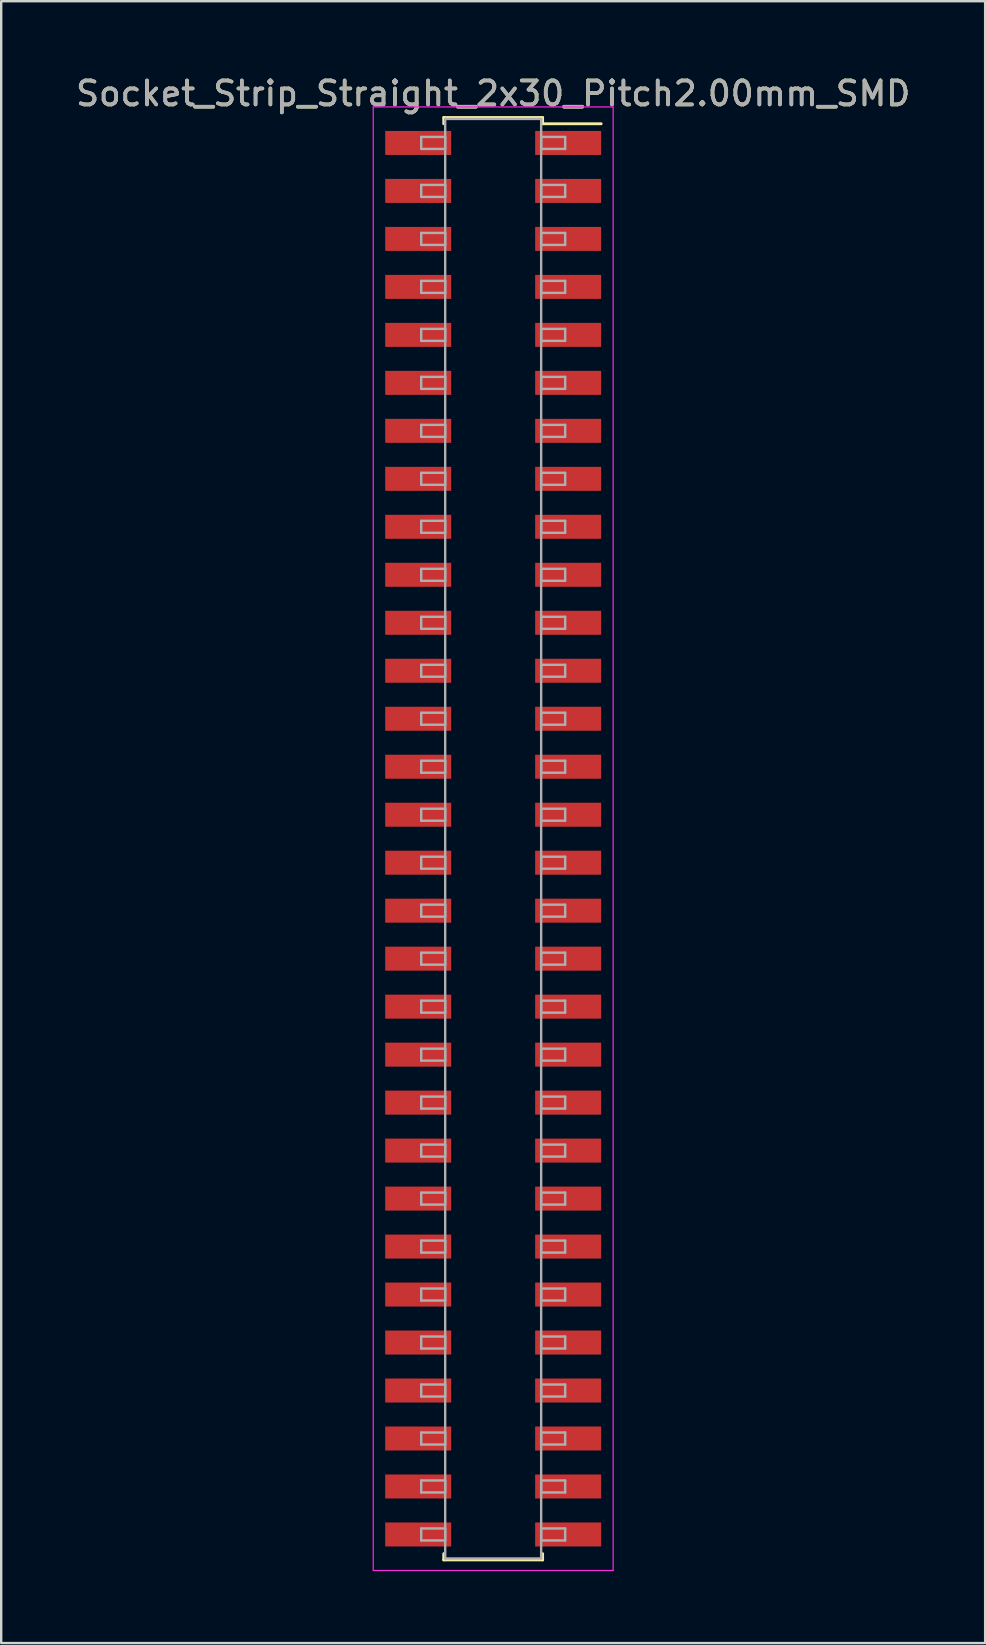
<source format=kicad_pcb>
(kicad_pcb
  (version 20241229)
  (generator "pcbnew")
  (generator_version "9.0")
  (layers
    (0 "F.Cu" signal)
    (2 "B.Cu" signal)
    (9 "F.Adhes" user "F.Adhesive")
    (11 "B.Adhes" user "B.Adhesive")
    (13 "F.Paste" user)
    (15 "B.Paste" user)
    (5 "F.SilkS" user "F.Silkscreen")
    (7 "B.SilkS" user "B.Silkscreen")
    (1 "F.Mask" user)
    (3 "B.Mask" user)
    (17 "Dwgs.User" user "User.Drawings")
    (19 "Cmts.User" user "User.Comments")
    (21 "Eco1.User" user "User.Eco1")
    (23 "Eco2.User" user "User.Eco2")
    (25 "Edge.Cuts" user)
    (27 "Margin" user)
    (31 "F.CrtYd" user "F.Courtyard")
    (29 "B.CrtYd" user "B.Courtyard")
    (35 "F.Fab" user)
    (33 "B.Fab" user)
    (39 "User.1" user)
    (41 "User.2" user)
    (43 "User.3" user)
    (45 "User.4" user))
  (footprint "Socket_Strip_Straight_2x30_Pitch2.00mm_SMD"
    (layer "F.Cu")
    (at 17.506 31.908)
    (property "Reference" "Socket_Strip_Straight_2x30_Pitch2.00mm_SMD" (at 0 -31.06 0) (layer "F.SilkS") (effects (font (size 1 1) (thickness 0.15))))
    (attr smd)
    (fp_line (start -2.06 -30.06) (end 2.06 -30.06) (stroke (width 0.12) (type solid)) (layer "F.SilkS"))
    (fp_line (start -2.06 -29.8) (end -2.06 -30.06) (stroke (width 0.12) (type solid)) (layer "F.SilkS"))
    (fp_line (start -2.06 29.8) (end -2.06 30.06) (stroke (width 0.12) (type solid)) (layer "F.SilkS"))
    (fp_line (start -2.06 30.06) (end 2.06 30.06) (stroke (width 0.12) (type solid)) (layer "F.SilkS"))
    (fp_line (start 2.06 -30.06) (end 2.06 -29.8) (stroke (width 0.12) (type solid)) (layer "F.SilkS"))
    (fp_line (start 2.06 30.06) (end 2.06 29.8) (stroke (width 0.12) (type solid)) (layer "F.SilkS"))
    (fp_line (start 4.5 -29.8) (end 2.06 -29.8) (stroke (width 0.12) (type solid)) (layer "F.SilkS"))
    (fp_line (start -5 -30.5) (end -5 30.5) (stroke (width 0.05) (type solid)) (layer "F.CrtYd"))
    (fp_line (start -5 30.5) (end 5 30.5) (stroke (width 0.05) (type solid)) (layer "F.CrtYd"))
    (fp_line (start 5 -30.5) (end -5 -30.5) (stroke (width 0.05) (type solid)) (layer "F.CrtYd"))
    (fp_line (start 5 30.5) (end 5 -30.5) (stroke (width 0.05) (type solid)) (layer "F.CrtYd"))
    (fp_line (start -3 -29.25) (end -2 -29.25) (stroke (width 0.1) (type solid)) (layer "F.Fab"))
    (fp_line (start -3 -28.75) (end -3 -29.25) (stroke (width 0.1) (type solid)) (layer "F.Fab"))
    (fp_line (start -3 -27.25) (end -2 -27.25) (stroke (width 0.1) (type solid)) (layer "F.Fab"))
    (fp_line (start -3 -26.75) (end -3 -27.25) (stroke (width 0.1) (type solid)) (layer "F.Fab"))
    (fp_line (start -3 -25.25) (end -2 -25.25) (stroke (width 0.1) (type solid)) (layer "F.Fab"))
    (fp_line (start -3 -24.75) (end -3 -25.25) (stroke (width 0.1) (type solid)) (layer "F.Fab"))
    (fp_line (start -3 -23.25) (end -2 -23.25) (stroke (width 0.1) (type solid)) (layer "F.Fab"))
    (fp_line (start -3 -22.75) (end -3 -23.25) (stroke (width 0.1) (type solid)) (layer "F.Fab"))
    (fp_line (start -3 -21.25) (end -2 -21.25) (stroke (width 0.1) (type solid)) (layer "F.Fab"))
    (fp_line (start -3 -20.75) (end -3 -21.25) (stroke (width 0.1) (type solid)) (layer "F.Fab"))
    (fp_line (start -3 -19.25) (end -2 -19.25) (stroke (width 0.1) (type solid)) (layer "F.Fab"))
    (fp_line (start -3 -18.75) (end -3 -19.25) (stroke (width 0.1) (type solid)) (layer "F.Fab"))
    (fp_line (start -3 -17.25) (end -2 -17.25) (stroke (width 0.1) (type solid)) (layer "F.Fab"))
    (fp_line (start -3 -16.75) (end -3 -17.25) (stroke (width 0.1) (type solid)) (layer "F.Fab"))
    (fp_line (start -3 -15.25) (end -2 -15.25) (stroke (width 0.1) (type solid)) (layer "F.Fab"))
    (fp_line (start -3 -14.75) (end -3 -15.25) (stroke (width 0.1) (type solid)) (layer "F.Fab"))
    (fp_line (start -3 -13.25) (end -2 -13.25) (stroke (width 0.1) (type solid)) (layer "F.Fab"))
    (fp_line (start -3 -12.75) (end -3 -13.25) (stroke (width 0.1) (type solid)) (layer "F.Fab"))
    (fp_line (start -3 -11.25) (end -2 -11.25) (stroke (width 0.1) (type solid)) (layer "F.Fab"))
    (fp_line (start -3 -10.75) (end -3 -11.25) (stroke (width 0.1) (type solid)) (layer "F.Fab"))
    (fp_line (start -3 -9.25) (end -2 -9.25) (stroke (width 0.1) (type solid)) (layer "F.Fab"))
    (fp_line (start -3 -8.75) (end -3 -9.25) (stroke (width 0.1) (type solid)) (layer "F.Fab"))
    (fp_line (start -3 -7.25) (end -2 -7.25) (stroke (width 0.1) (type solid)) (layer "F.Fab"))
    (fp_line (start -3 -6.75) (end -3 -7.25) (stroke (width 0.1) (type solid)) (layer "F.Fab"))
    (fp_line (start -3 -5.25) (end -2 -5.25) (stroke (width 0.1) (type solid)) (layer "F.Fab"))
    (fp_line (start -3 -4.75) (end -3 -5.25) (stroke (width 0.1) (type solid)) (layer "F.Fab"))
    (fp_line (start -3 -3.25) (end -2 -3.25) (stroke (width 0.1) (type solid)) (layer "F.Fab"))
    (fp_line (start -3 -2.75) (end -3 -3.25) (stroke (width 0.1) (type solid)) (layer "F.Fab"))
    (fp_line (start -3 -1.25) (end -2 -1.25) (stroke (width 0.1) (type solid)) (layer "F.Fab"))
    (fp_line (start -3 -0.75) (end -3 -1.25) (stroke (width 0.1) (type solid)) (layer "F.Fab"))
    (fp_line (start -3 0.75) (end -2 0.75) (stroke (width 0.1) (type solid)) (layer "F.Fab"))
    (fp_line (start -3 1.25) (end -3 0.75) (stroke (width 0.1) (type solid)) (layer "F.Fab"))
    (fp_line (start -3 2.75) (end -2 2.75) (stroke (width 0.1) (type solid)) (layer "F.Fab"))
    (fp_line (start -3 3.25) (end -3 2.75) (stroke (width 0.1) (type solid)) (layer "F.Fab"))
    (fp_line (start -3 4.75) (end -2 4.75) (stroke (width 0.1) (type solid)) (layer "F.Fab"))
    (fp_line (start -3 5.25) (end -3 4.75) (stroke (width 0.1) (type solid)) (layer "F.Fab"))
    (fp_line (start -3 6.75) (end -2 6.75) (stroke (width 0.1) (type solid)) (layer "F.Fab"))
    (fp_line (start -3 7.25) (end -3 6.75) (stroke (width 0.1) (type solid)) (layer "F.Fab"))
    (fp_line (start -3 8.75) (end -2 8.75) (stroke (width 0.1) (type solid)) (layer "F.Fab"))
    (fp_line (start -3 9.25) (end -3 8.75) (stroke (width 0.1) (type solid)) (layer "F.Fab"))
    (fp_line (start -3 10.75) (end -2 10.75) (stroke (width 0.1) (type solid)) (layer "F.Fab"))
    (fp_line (start -3 11.25) (end -3 10.75) (stroke (width 0.1) (type solid)) (layer "F.Fab"))
    (fp_line (start -3 12.75) (end -2 12.75) (stroke (width 0.1) (type solid)) (layer "F.Fab"))
    (fp_line (start -3 13.25) (end -3 12.75) (stroke (width 0.1) (type solid)) (layer "F.Fab"))
    (fp_line (start -3 14.75) (end -2 14.75) (stroke (width 0.1) (type solid)) (layer "F.Fab"))
    (fp_line (start -3 15.25) (end -3 14.75) (stroke (width 0.1) (type solid)) (layer "F.Fab"))
    (fp_line (start -3 16.75) (end -2 16.75) (stroke (width 0.1) (type solid)) (layer "F.Fab"))
    (fp_line (start -3 17.25) (end -3 16.75) (stroke (width 0.1) (type solid)) (layer "F.Fab"))
    (fp_line (start -3 18.75) (end -2 18.75) (stroke (width 0.1) (type solid)) (layer "F.Fab"))
    (fp_line (start -3 19.25) (end -3 18.75) (stroke (width 0.1) (type solid)) (layer "F.Fab"))
    (fp_line (start -3 20.75) (end -2 20.75) (stroke (width 0.1) (type solid)) (layer "F.Fab"))
    (fp_line (start -3 21.25) (end -3 20.75) (stroke (width 0.1) (type solid)) (layer "F.Fab"))
    (fp_line (start -3 22.75) (end -2 22.75) (stroke (width 0.1) (type solid)) (layer "F.Fab"))
    (fp_line (start -3 23.25) (end -3 22.75) (stroke (width 0.1) (type solid)) (layer "F.Fab"))
    (fp_line (start -3 24.75) (end -2 24.75) (stroke (width 0.1) (type solid)) (layer "F.Fab"))
    (fp_line (start -3 25.25) (end -3 24.75) (stroke (width 0.1) (type solid)) (layer "F.Fab"))
    (fp_line (start -3 26.75) (end -2 26.75) (stroke (width 0.1) (type solid)) (layer "F.Fab"))
    (fp_line (start -3 27.25) (end -3 26.75) (stroke (width 0.1) (type solid)) (layer "F.Fab"))
    (fp_line (start -3 28.75) (end -2 28.75) (stroke (width 0.1) (type solid)) (layer "F.Fab"))
    (fp_line (start -3 29.25) (end -3 28.75) (stroke (width 0.1) (type solid)) (layer "F.Fab"))
    (fp_line (start -2 -30) (end -2 30) (stroke (width 0.1) (type solid)) (layer "F.Fab"))
    (fp_line (start -2 -29.25) (end -2 -28.75) (stroke (width 0.1) (type solid)) (layer "F.Fab"))
    (fp_line (start -2 -28.75) (end -3 -28.75) (stroke (width 0.1) (type solid)) (layer "F.Fab"))
    (fp_line (start -2 -27.25) (end -2 -26.75) (stroke (width 0.1) (type solid)) (layer "F.Fab"))
    (fp_line (start -2 -26.75) (end -3 -26.75) (stroke (width 0.1) (type solid)) (layer "F.Fab"))
    (fp_line (start -2 -25.25) (end -2 -24.75) (stroke (width 0.1) (type solid)) (layer "F.Fab"))
    (fp_line (start -2 -24.75) (end -3 -24.75) (stroke (width 0.1) (type solid)) (layer "F.Fab"))
    (fp_line (start -2 -23.25) (end -2 -22.75) (stroke (width 0.1) (type solid)) (layer "F.Fab"))
    (fp_line (start -2 -22.75) (end -3 -22.75) (stroke (width 0.1) (type solid)) (layer "F.Fab"))
    (fp_line (start -2 -21.25) (end -2 -20.75) (stroke (width 0.1) (type solid)) (layer "F.Fab"))
    (fp_line (start -2 -20.75) (end -3 -20.75) (stroke (width 0.1) (type solid)) (layer "F.Fab"))
    (fp_line (start -2 -19.25) (end -2 -18.75) (stroke (width 0.1) (type solid)) (layer "F.Fab"))
    (fp_line (start -2 -18.75) (end -3 -18.75) (stroke (width 0.1) (type solid)) (layer "F.Fab"))
    (fp_line (start -2 -17.25) (end -2 -16.75) (stroke (width 0.1) (type solid)) (layer "F.Fab"))
    (fp_line (start -2 -16.75) (end -3 -16.75) (stroke (width 0.1) (type solid)) (layer "F.Fab"))
    (fp_line (start -2 -15.25) (end -2 -14.75) (stroke (width 0.1) (type solid)) (layer "F.Fab"))
    (fp_line (start -2 -14.75) (end -3 -14.75) (stroke (width 0.1) (type solid)) (layer "F.Fab"))
    (fp_line (start -2 -13.25) (end -2 -12.75) (stroke (width 0.1) (type solid)) (layer "F.Fab"))
    (fp_line (start -2 -12.75) (end -3 -12.75) (stroke (width 0.1) (type solid)) (layer "F.Fab"))
    (fp_line (start -2 -11.25) (end -2 -10.75) (stroke (width 0.1) (type solid)) (layer "F.Fab"))
    (fp_line (start -2 -10.75) (end -3 -10.75) (stroke (width 0.1) (type solid)) (layer "F.Fab"))
    (fp_line (start -2 -9.25) (end -2 -8.75) (stroke (width 0.1) (type solid)) (layer "F.Fab"))
    (fp_line (start -2 -8.75) (end -3 -8.75) (stroke (width 0.1) (type solid)) (layer "F.Fab"))
    (fp_line (start -2 -7.25) (end -2 -6.75) (stroke (width 0.1) (type solid)) (layer "F.Fab"))
    (fp_line (start -2 -6.75) (end -3 -6.75) (stroke (width 0.1) (type solid)) (layer "F.Fab"))
    (fp_line (start -2 -5.25) (end -2 -4.75) (stroke (width 0.1) (type solid)) (layer "F.Fab"))
    (fp_line (start -2 -4.75) (end -3 -4.75) (stroke (width 0.1) (type solid)) (layer "F.Fab"))
    (fp_line (start -2 -3.25) (end -2 -2.75) (stroke (width 0.1) (type solid)) (layer "F.Fab"))
    (fp_line (start -2 -2.75) (end -3 -2.75) (stroke (width 0.1) (type solid)) (layer "F.Fab"))
    (fp_line (start -2 -1.25) (end -2 -0.75) (stroke (width 0.1) (type solid)) (layer "F.Fab"))
    (fp_line (start -2 -0.75) (end -3 -0.75) (stroke (width 0.1) (type solid)) (layer "F.Fab"))
    (fp_line (start -2 0.75) (end -2 1.25) (stroke (width 0.1) (type solid)) (layer "F.Fab"))
    (fp_line (start -2 1.25) (end -3 1.25) (stroke (width 0.1) (type solid)) (layer "F.Fab"))
    (fp_line (start -2 2.75) (end -2 3.25) (stroke (width 0.1) (type solid)) (layer "F.Fab"))
    (fp_line (start -2 3.25) (end -3 3.25) (stroke (width 0.1) (type solid)) (layer "F.Fab"))
    (fp_line (start -2 4.75) (end -2 5.25) (stroke (width 0.1) (type solid)) (layer "F.Fab"))
    (fp_line (start -2 5.25) (end -3 5.25) (stroke (width 0.1) (type solid)) (layer "F.Fab"))
    (fp_line (start -2 6.75) (end -2 7.25) (stroke (width 0.1) (type solid)) (layer "F.Fab"))
    (fp_line (start -2 7.25) (end -3 7.25) (stroke (width 0.1) (type solid)) (layer "F.Fab"))
    (fp_line (start -2 8.75) (end -2 9.25) (stroke (width 0.1) (type solid)) (layer "F.Fab"))
    (fp_line (start -2 9.25) (end -3 9.25) (stroke (width 0.1) (type solid)) (layer "F.Fab"))
    (fp_line (start -2 10.75) (end -2 11.25) (stroke (width 0.1) (type solid)) (layer "F.Fab"))
    (fp_line (start -2 11.25) (end -3 11.25) (stroke (width 0.1) (type solid)) (layer "F.Fab"))
    (fp_line (start -2 12.75) (end -2 13.25) (stroke (width 0.1) (type solid)) (layer "F.Fab"))
    (fp_line (start -2 13.25) (end -3 13.25) (stroke (width 0.1) (type solid)) (layer "F.Fab"))
    (fp_line (start -2 14.75) (end -2 15.25) (stroke (width 0.1) (type solid)) (layer "F.Fab"))
    (fp_line (start -2 15.25) (end -3 15.25) (stroke (width 0.1) (type solid)) (layer "F.Fab"))
    (fp_line (start -2 16.75) (end -2 17.25) (stroke (width 0.1) (type solid)) (layer "F.Fab"))
    (fp_line (start -2 17.25) (end -3 17.25) (stroke (width 0.1) (type solid)) (layer "F.Fab"))
    (fp_line (start -2 18.75) (end -2 19.25) (stroke (width 0.1) (type solid)) (layer "F.Fab"))
    (fp_line (start -2 19.25) (end -3 19.25) (stroke (width 0.1) (type solid)) (layer "F.Fab"))
    (fp_line (start -2 20.75) (end -2 21.25) (stroke (width 0.1) (type solid)) (layer "F.Fab"))
    (fp_line (start -2 21.25) (end -3 21.25) (stroke (width 0.1) (type solid)) (layer "F.Fab"))
    (fp_line (start -2 22.75) (end -2 23.25) (stroke (width 0.1) (type solid)) (layer "F.Fab"))
    (fp_line (start -2 23.25) (end -3 23.25) (stroke (width 0.1) (type solid)) (layer "F.Fab"))
    (fp_line (start -2 24.75) (end -2 25.25) (stroke (width 0.1) (type solid)) (layer "F.Fab"))
    (fp_line (start -2 25.25) (end -3 25.25) (stroke (width 0.1) (type solid)) (layer "F.Fab"))
    (fp_line (start -2 26.75) (end -2 27.25) (stroke (width 0.1) (type solid)) (layer "F.Fab"))
    (fp_line (start -2 27.25) (end -3 27.25) (stroke (width 0.1) (type solid)) (layer "F.Fab"))
    (fp_line (start -2 28.75) (end -2 29.25) (stroke (width 0.1) (type solid)) (layer "F.Fab"))
    (fp_line (start -2 29.25) (end -3 29.25) (stroke (width 0.1) (type solid)) (layer "F.Fab"))
    (fp_line (start -2 30) (end 2 30) (stroke (width 0.1) (type solid)) (layer "F.Fab"))
    (fp_line (start 2 -30) (end -2 -30) (stroke (width 0.1) (type solid)) (layer "F.Fab"))
    (fp_line (start 2 -29.25) (end 2 -28.75) (stroke (width 0.1) (type solid)) (layer "F.Fab"))
    (fp_line (start 2 -28.75) (end 3 -28.75) (stroke (width 0.1) (type solid)) (layer "F.Fab"))
    (fp_line (start 2 -27.25) (end 2 -26.75) (stroke (width 0.1) (type solid)) (layer "F.Fab"))
    (fp_line (start 2 -26.75) (end 3 -26.75) (stroke (width 0.1) (type solid)) (layer "F.Fab"))
    (fp_line (start 2 -25.25) (end 2 -24.75) (stroke (width 0.1) (type solid)) (layer "F.Fab"))
    (fp_line (start 2 -24.75) (end 3 -24.75) (stroke (width 0.1) (type solid)) (layer "F.Fab"))
    (fp_line (start 2 -23.25) (end 2 -22.75) (stroke (width 0.1) (type solid)) (layer "F.Fab"))
    (fp_line (start 2 -22.75) (end 3 -22.75) (stroke (width 0.1) (type solid)) (layer "F.Fab"))
    (fp_line (start 2 -21.25) (end 2 -20.75) (stroke (width 0.1) (type solid)) (layer "F.Fab"))
    (fp_line (start 2 -20.75) (end 3 -20.75) (stroke (width 0.1) (type solid)) (layer "F.Fab"))
    (fp_line (start 2 -19.25) (end 2 -18.75) (stroke (width 0.1) (type solid)) (layer "F.Fab"))
    (fp_line (start 2 -18.75) (end 3 -18.75) (stroke (width 0.1) (type solid)) (layer "F.Fab"))
    (fp_line (start 2 -17.25) (end 2 -16.75) (stroke (width 0.1) (type solid)) (layer "F.Fab"))
    (fp_line (start 2 -16.75) (end 3 -16.75) (stroke (width 0.1) (type solid)) (layer "F.Fab"))
    (fp_line (start 2 -15.25) (end 2 -14.75) (stroke (width 0.1) (type solid)) (layer "F.Fab"))
    (fp_line (start 2 -14.75) (end 3 -14.75) (stroke (width 0.1) (type solid)) (layer "F.Fab"))
    (fp_line (start 2 -13.25) (end 2 -12.75) (stroke (width 0.1) (type solid)) (layer "F.Fab"))
    (fp_line (start 2 -12.75) (end 3 -12.75) (stroke (width 0.1) (type solid)) (layer "F.Fab"))
    (fp_line (start 2 -11.25) (end 2 -10.75) (stroke (width 0.1) (type solid)) (layer "F.Fab"))
    (fp_line (start 2 -10.75) (end 3 -10.75) (stroke (width 0.1) (type solid)) (layer "F.Fab"))
    (fp_line (start 2 -9.25) (end 2 -8.75) (stroke (width 0.1) (type solid)) (layer "F.Fab"))
    (fp_line (start 2 -8.75) (end 3 -8.75) (stroke (width 0.1) (type solid)) (layer "F.Fab"))
    (fp_line (start 2 -7.25) (end 2 -6.75) (stroke (width 0.1) (type solid)) (layer "F.Fab"))
    (fp_line (start 2 -6.75) (end 3 -6.75) (stroke (width 0.1) (type solid)) (layer "F.Fab"))
    (fp_line (start 2 -5.25) (end 2 -4.75) (stroke (width 0.1) (type solid)) (layer "F.Fab"))
    (fp_line (start 2 -4.75) (end 3 -4.75) (stroke (width 0.1) (type solid)) (layer "F.Fab"))
    (fp_line (start 2 -3.25) (end 2 -2.75) (stroke (width 0.1) (type solid)) (layer "F.Fab"))
    (fp_line (start 2 -2.75) (end 3 -2.75) (stroke (width 0.1) (type solid)) (layer "F.Fab"))
    (fp_line (start 2 -1.25) (end 2 -0.75) (stroke (width 0.1) (type solid)) (layer "F.Fab"))
    (fp_line (start 2 -0.75) (end 3 -0.75) (stroke (width 0.1) (type solid)) (layer "F.Fab"))
    (fp_line (start 2 0.75) (end 2 1.25) (stroke (width 0.1) (type solid)) (layer "F.Fab"))
    (fp_line (start 2 1.25) (end 3 1.25) (stroke (width 0.1) (type solid)) (layer "F.Fab"))
    (fp_line (start 2 2.75) (end 2 3.25) (stroke (width 0.1) (type solid)) (layer "F.Fab"))
    (fp_line (start 2 3.25) (end 3 3.25) (stroke (width 0.1) (type solid)) (layer "F.Fab"))
    (fp_line (start 2 4.75) (end 2 5.25) (stroke (width 0.1) (type solid)) (layer "F.Fab"))
    (fp_line (start 2 5.25) (end 3 5.25) (stroke (width 0.1) (type solid)) (layer "F.Fab"))
    (fp_line (start 2 6.75) (end 2 7.25) (stroke (width 0.1) (type solid)) (layer "F.Fab"))
    (fp_line (start 2 7.25) (end 3 7.25) (stroke (width 0.1) (type solid)) (layer "F.Fab"))
    (fp_line (start 2 8.75) (end 2 9.25) (stroke (width 0.1) (type solid)) (layer "F.Fab"))
    (fp_line (start 2 9.25) (end 3 9.25) (stroke (width 0.1) (type solid)) (layer "F.Fab"))
    (fp_line (start 2 10.75) (end 2 11.25) (stroke (width 0.1) (type solid)) (layer "F.Fab"))
    (fp_line (start 2 11.25) (end 3 11.25) (stroke (width 0.1) (type solid)) (layer "F.Fab"))
    (fp_line (start 2 12.75) (end 2 13.25) (stroke (width 0.1) (type solid)) (layer "F.Fab"))
    (fp_line (start 2 13.25) (end 3 13.25) (stroke (width 0.1) (type solid)) (layer "F.Fab"))
    (fp_line (start 2 14.75) (end 2 15.25) (stroke (width 0.1) (type solid)) (layer "F.Fab"))
    (fp_line (start 2 15.25) (end 3 15.25) (stroke (width 0.1) (type solid)) (layer "F.Fab"))
    (fp_line (start 2 16.75) (end 2 17.25) (stroke (width 0.1) (type solid)) (layer "F.Fab"))
    (fp_line (start 2 17.25) (end 3 17.25) (stroke (width 0.1) (type solid)) (layer "F.Fab"))
    (fp_line (start 2 18.75) (end 2 19.25) (stroke (width 0.1) (type solid)) (layer "F.Fab"))
    (fp_line (start 2 19.25) (end 3 19.25) (stroke (width 0.1) (type solid)) (layer "F.Fab"))
    (fp_line (start 2 20.75) (end 2 21.25) (stroke (width 0.1) (type solid)) (layer "F.Fab"))
    (fp_line (start 2 21.25) (end 3 21.25) (stroke (width 0.1) (type solid)) (layer "F.Fab"))
    (fp_line (start 2 22.75) (end 2 23.25) (stroke (width 0.1) (type solid)) (layer "F.Fab"))
    (fp_line (start 2 23.25) (end 3 23.25) (stroke (width 0.1) (type solid)) (layer "F.Fab"))
    (fp_line (start 2 24.75) (end 2 25.25) (stroke (width 0.1) (type solid)) (layer "F.Fab"))
    (fp_line (start 2 25.25) (end 3 25.25) (stroke (width 0.1) (type solid)) (layer "F.Fab"))
    (fp_line (start 2 26.75) (end 2 27.25) (stroke (width 0.1) (type solid)) (layer "F.Fab"))
    (fp_line (start 2 27.25) (end 3 27.25) (stroke (width 0.1) (type solid)) (layer "F.Fab"))
    (fp_line (start 2 28.75) (end 2 29.25) (stroke (width 0.1) (type solid)) (layer "F.Fab"))
    (fp_line (start 2 29.25) (end 3 29.25) (stroke (width 0.1) (type solid)) (layer "F.Fab"))
    (fp_line (start 2 30) (end 2 -30) (stroke (width 0.1) (type solid)) (layer "F.Fab"))
    (fp_line (start 3 -29.25) (end 2 -29.25) (stroke (width 0.1) (type solid)) (layer "F.Fab"))
    (fp_line (start 3 -28.75) (end 3 -29.25) (stroke (width 0.1) (type solid)) (layer "F.Fab"))
    (fp_line (start 3 -27.25) (end 2 -27.25) (stroke (width 0.1) (type solid)) (layer "F.Fab"))
    (fp_line (start 3 -26.75) (end 3 -27.25) (stroke (width 0.1) (type solid)) (layer "F.Fab"))
    (fp_line (start 3 -25.25) (end 2 -25.25) (stroke (width 0.1) (type solid)) (layer "F.Fab"))
    (fp_line (start 3 -24.75) (end 3 -25.25) (stroke (width 0.1) (type solid)) (layer "F.Fab"))
    (fp_line (start 3 -23.25) (end 2 -23.25) (stroke (width 0.1) (type solid)) (layer "F.Fab"))
    (fp_line (start 3 -22.75) (end 3 -23.25) (stroke (width 0.1) (type solid)) (layer "F.Fab"))
    (fp_line (start 3 -21.25) (end 2 -21.25) (stroke (width 0.1) (type solid)) (layer "F.Fab"))
    (fp_line (start 3 -20.75) (end 3 -21.25) (stroke (width 0.1) (type solid)) (layer "F.Fab"))
    (fp_line (start 3 -19.25) (end 2 -19.25) (stroke (width 0.1) (type solid)) (layer "F.Fab"))
    (fp_line (start 3 -18.75) (end 3 -19.25) (stroke (width 0.1) (type solid)) (layer "F.Fab"))
    (fp_line (start 3 -17.25) (end 2 -17.25) (stroke (width 0.1) (type solid)) (layer "F.Fab"))
    (fp_line (start 3 -16.75) (end 3 -17.25) (stroke (width 0.1) (type solid)) (layer "F.Fab"))
    (fp_line (start 3 -15.25) (end 2 -15.25) (stroke (width 0.1) (type solid)) (layer "F.Fab"))
    (fp_line (start 3 -14.75) (end 3 -15.25) (stroke (width 0.1) (type solid)) (layer "F.Fab"))
    (fp_line (start 3 -13.25) (end 2 -13.25) (stroke (width 0.1) (type solid)) (layer "F.Fab"))
    (fp_line (start 3 -12.75) (end 3 -13.25) (stroke (width 0.1) (type solid)) (layer "F.Fab"))
    (fp_line (start 3 -11.25) (end 2 -11.25) (stroke (width 0.1) (type solid)) (layer "F.Fab"))
    (fp_line (start 3 -10.75) (end 3 -11.25) (stroke (width 0.1) (type solid)) (layer "F.Fab"))
    (fp_line (start 3 -9.25) (end 2 -9.25) (stroke (width 0.1) (type solid)) (layer "F.Fab"))
    (fp_line (start 3 -8.75) (end 3 -9.25) (stroke (width 0.1) (type solid)) (layer "F.Fab"))
    (fp_line (start 3 -7.25) (end 2 -7.25) (stroke (width 0.1) (type solid)) (layer "F.Fab"))
    (fp_line (start 3 -6.75) (end 3 -7.25) (stroke (width 0.1) (type solid)) (layer "F.Fab"))
    (fp_line (start 3 -5.25) (end 2 -5.25) (stroke (width 0.1) (type solid)) (layer "F.Fab"))
    (fp_line (start 3 -4.75) (end 3 -5.25) (stroke (width 0.1) (type solid)) (layer "F.Fab"))
    (fp_line (start 3 -3.25) (end 2 -3.25) (stroke (width 0.1) (type solid)) (layer "F.Fab"))
    (fp_line (start 3 -2.75) (end 3 -3.25) (stroke (width 0.1) (type solid)) (layer "F.Fab"))
    (fp_line (start 3 -1.25) (end 2 -1.25) (stroke (width 0.1) (type solid)) (layer "F.Fab"))
    (fp_line (start 3 -0.75) (end 3 -1.25) (stroke (width 0.1) (type solid)) (layer "F.Fab"))
    (fp_line (start 3 0.75) (end 2 0.75) (stroke (width 0.1) (type solid)) (layer "F.Fab"))
    (fp_line (start 3 1.25) (end 3 0.75) (stroke (width 0.1) (type solid)) (layer "F.Fab"))
    (fp_line (start 3 2.75) (end 2 2.75) (stroke (width 0.1) (type solid)) (layer "F.Fab"))
    (fp_line (start 3 3.25) (end 3 2.75) (stroke (width 0.1) (type solid)) (layer "F.Fab"))
    (fp_line (start 3 4.75) (end 2 4.75) (stroke (width 0.1) (type solid)) (layer "F.Fab"))
    (fp_line (start 3 5.25) (end 3 4.75) (stroke (width 0.1) (type solid)) (layer "F.Fab"))
    (fp_line (start 3 6.75) (end 2 6.75) (stroke (width 0.1) (type solid)) (layer "F.Fab"))
    (fp_line (start 3 7.25) (end 3 6.75) (stroke (width 0.1) (type solid)) (layer "F.Fab"))
    (fp_line (start 3 8.75) (end 2 8.75) (stroke (width 0.1) (type solid)) (layer "F.Fab"))
    (fp_line (start 3 9.25) (end 3 8.75) (stroke (width 0.1) (type solid)) (layer "F.Fab"))
    (fp_line (start 3 10.75) (end 2 10.75) (stroke (width 0.1) (type solid)) (layer "F.Fab"))
    (fp_line (start 3 11.25) (end 3 10.75) (stroke (width 0.1) (type solid)) (layer "F.Fab"))
    (fp_line (start 3 12.75) (end 2 12.75) (stroke (width 0.1) (type solid)) (layer "F.Fab"))
    (fp_line (start 3 13.25) (end 3 12.75) (stroke (width 0.1) (type solid)) (layer "F.Fab"))
    (fp_line (start 3 14.75) (end 2 14.75) (stroke (width 0.1) (type solid)) (layer "F.Fab"))
    (fp_line (start 3 15.25) (end 3 14.75) (stroke (width 0.1) (type solid)) (layer "F.Fab"))
    (fp_line (start 3 16.75) (end 2 16.75) (stroke (width 0.1) (type solid)) (layer "F.Fab"))
    (fp_line (start 3 17.25) (end 3 16.75) (stroke (width 0.1) (type solid)) (layer "F.Fab"))
    (fp_line (start 3 18.75) (end 2 18.75) (stroke (width 0.1) (type solid)) (layer "F.Fab"))
    (fp_line (start 3 19.25) (end 3 18.75) (stroke (width 0.1) (type solid)) (layer "F.Fab"))
    (fp_line (start 3 20.75) (end 2 20.75) (stroke (width 0.1) (type solid)) (layer "F.Fab"))
    (fp_line (start 3 21.25) (end 3 20.75) (stroke (width 0.1) (type solid)) (layer "F.Fab"))
    (fp_line (start 3 22.75) (end 2 22.75) (stroke (width 0.1) (type solid)) (layer "F.Fab"))
    (fp_line (start 3 23.25) (end 3 22.75) (stroke (width 0.1) (type solid)) (layer "F.Fab"))
    (fp_line (start 3 24.75) (end 2 24.75) (stroke (width 0.1) (type solid)) (layer "F.Fab"))
    (fp_line (start 3 25.25) (end 3 24.75) (stroke (width 0.1) (type solid)) (layer "F.Fab"))
    (fp_line (start 3 26.75) (end 2 26.75) (stroke (width 0.1) (type solid)) (layer "F.Fab"))
    (fp_line (start 3 27.25) (end 3 26.75) (stroke (width 0.1) (type solid)) (layer "F.Fab"))
    (fp_line (start 3 28.75) (end 2 28.75) (stroke (width 0.1) (type solid)) (layer "F.Fab"))
    (fp_line (start 3 29.25) (end 3 28.75) (stroke (width 0.1) (type solid)) (layer "F.Fab"))
    (fp_text user "${REFERENCE}" (at 0 -31.06 0) (layer "F.Fab") (effects (font (size 1 1) (thickness 0.15))))
    (pad "1" smd rect (at 3.125 -29) (size 2.75 1) (layers "F.Cu" "F.Mask" "F.Paste"))
    (pad "2" smd rect (at -3.125 -29) (size 2.75 1) (layers "F.Cu" "F.Mask" "F.Paste"))
    (pad "3" smd rect (at 3.125 -27) (size 2.75 1) (layers "F.Cu" "F.Mask" "F.Paste"))
    (pad "4" smd rect (at -3.125 -27) (size 2.75 1) (layers "F.Cu" "F.Mask" "F.Paste"))
    (pad "5" smd rect (at 3.125 -25) (size 2.75 1) (layers "F.Cu" "F.Mask" "F.Paste"))
    (pad "6" smd rect (at -3.125 -25) (size 2.75 1) (layers "F.Cu" "F.Mask" "F.Paste"))
    (pad "7" smd rect (at 3.125 -23) (size 2.75 1) (layers "F.Cu" "F.Mask" "F.Paste"))
    (pad "8" smd rect (at -3.125 -23) (size 2.75 1) (layers "F.Cu" "F.Mask" "F.Paste"))
    (pad "9" smd rect (at 3.125 -21) (size 2.75 1) (layers "F.Cu" "F.Mask" "F.Paste"))
    (pad "10" smd rect (at -3.125 -21) (size 2.75 1) (layers "F.Cu" "F.Mask" "F.Paste"))
    (pad "11" smd rect (at 3.125 -19) (size 2.75 1) (layers "F.Cu" "F.Mask" "F.Paste"))
    (pad "12" smd rect (at -3.125 -19) (size 2.75 1) (layers "F.Cu" "F.Mask" "F.Paste"))
    (pad "13" smd rect (at 3.125 -17) (size 2.75 1) (layers "F.Cu" "F.Mask" "F.Paste"))
    (pad "14" smd rect (at -3.125 -17) (size 2.75 1) (layers "F.Cu" "F.Mask" "F.Paste"))
    (pad "15" smd rect (at 3.125 -15) (size 2.75 1) (layers "F.Cu" "F.Mask" "F.Paste"))
    (pad "16" smd rect (at -3.125 -15) (size 2.75 1) (layers "F.Cu" "F.Mask" "F.Paste"))
    (pad "17" smd rect (at 3.125 -13) (size 2.75 1) (layers "F.Cu" "F.Mask" "F.Paste"))
    (pad "18" smd rect (at -3.125 -13) (size 2.75 1) (layers "F.Cu" "F.Mask" "F.Paste"))
    (pad "19" smd rect (at 3.125 -11) (size 2.75 1) (layers "F.Cu" "F.Mask" "F.Paste"))
    (pad "20" smd rect (at -3.125 -11) (size 2.75 1) (layers "F.Cu" "F.Mask" "F.Paste"))
    (pad "21" smd rect (at 3.125 -9) (size 2.75 1) (layers "F.Cu" "F.Mask" "F.Paste"))
    (pad "22" smd rect (at -3.125 -9) (size 2.75 1) (layers "F.Cu" "F.Mask" "F.Paste"))
    (pad "23" smd rect (at 3.125 -7) (size 2.75 1) (layers "F.Cu" "F.Mask" "F.Paste"))
    (pad "24" smd rect (at -3.125 -7) (size 2.75 1) (layers "F.Cu" "F.Mask" "F.Paste"))
    (pad "25" smd rect (at 3.125 -5) (size 2.75 1) (layers "F.Cu" "F.Mask" "F.Paste"))
    (pad "26" smd rect (at -3.125 -5) (size 2.75 1) (layers "F.Cu" "F.Mask" "F.Paste"))
    (pad "27" smd rect (at 3.125 -3) (size 2.75 1) (layers "F.Cu" "F.Mask" "F.Paste"))
    (pad "28" smd rect (at -3.125 -3) (size 2.75 1) (layers "F.Cu" "F.Mask" "F.Paste"))
    (pad "29" smd rect (at 3.125 -1) (size 2.75 1) (layers "F.Cu" "F.Mask" "F.Paste"))
    (pad "30" smd rect (at -3.125 -1) (size 2.75 1) (layers "F.Cu" "F.Mask" "F.Paste"))
    (pad "31" smd rect (at 3.125 1) (size 2.75 1) (layers "F.Cu" "F.Mask" "F.Paste"))
    (pad "32" smd rect (at -3.125 1) (size 2.75 1) (layers "F.Cu" "F.Mask" "F.Paste"))
    (pad "33" smd rect (at 3.125 3) (size 2.75 1) (layers "F.Cu" "F.Mask" "F.Paste"))
    (pad "34" smd rect (at -3.125 3) (size 2.75 1) (layers "F.Cu" "F.Mask" "F.Paste"))
    (pad "35" smd rect (at 3.125 5) (size 2.75 1) (layers "F.Cu" "F.Mask" "F.Paste"))
    (pad "36" smd rect (at -3.125 5) (size 2.75 1) (layers "F.Cu" "F.Mask" "F.Paste"))
    (pad "37" smd rect (at 3.125 7) (size 2.75 1) (layers "F.Cu" "F.Mask" "F.Paste"))
    (pad "38" smd rect (at -3.125 7) (size 2.75 1) (layers "F.Cu" "F.Mask" "F.Paste"))
    (pad "39" smd rect (at 3.125 9) (size 2.75 1) (layers "F.Cu" "F.Mask" "F.Paste"))
    (pad "40" smd rect (at -3.125 9) (size 2.75 1) (layers "F.Cu" "F.Mask" "F.Paste"))
    (pad "41" smd rect (at 3.125 11) (size 2.75 1) (layers "F.Cu" "F.Mask" "F.Paste"))
    (pad "42" smd rect (at -3.125 11) (size 2.75 1) (layers "F.Cu" "F.Mask" "F.Paste"))
    (pad "43" smd rect (at 3.125 13) (size 2.75 1) (layers "F.Cu" "F.Mask" "F.Paste"))
    (pad "44" smd rect (at -3.125 13) (size 2.75 1) (layers "F.Cu" "F.Mask" "F.Paste"))
    (pad "45" smd rect (at 3.125 15) (size 2.75 1) (layers "F.Cu" "F.Mask" "F.Paste"))
    (pad "46" smd rect (at -3.125 15) (size 2.75 1) (layers "F.Cu" "F.Mask" "F.Paste"))
    (pad "47" smd rect (at 3.125 17) (size 2.75 1) (layers "F.Cu" "F.Mask" "F.Paste"))
    (pad "48" smd rect (at -3.125 17) (size 2.75 1) (layers "F.Cu" "F.Mask" "F.Paste"))
    (pad "49" smd rect (at 3.125 19) (size 2.75 1) (layers "F.Cu" "F.Mask" "F.Paste"))
    (pad "50" smd rect (at -3.125 19) (size 2.75 1) (layers "F.Cu" "F.Mask" "F.Paste"))
    (pad "51" smd rect (at 3.125 21) (size 2.75 1) (layers "F.Cu" "F.Mask" "F.Paste"))
    (pad "52" smd rect (at -3.125 21) (size 2.75 1) (layers "F.Cu" "F.Mask" "F.Paste"))
    (pad "53" smd rect (at 3.125 23) (size 2.75 1) (layers "F.Cu" "F.Mask" "F.Paste"))
    (pad "54" smd rect (at -3.125 23) (size 2.75 1) (layers "F.Cu" "F.Mask" "F.Paste"))
    (pad "55" smd rect (at 3.125 25) (size 2.75 1) (layers "F.Cu" "F.Mask" "F.Paste"))
    (pad "56" smd rect (at -3.125 25) (size 2.75 1) (layers "F.Cu" "F.Mask" "F.Paste"))
    (pad "57" smd rect (at 3.125 27) (size 2.75 1) (layers "F.Cu" "F.Mask" "F.Paste"))
    (pad "58" smd rect (at -3.125 27) (size 2.75 1) (layers "F.Cu" "F.Mask" "F.Paste"))
    (pad "59" smd rect (at 3.125 29) (size 2.75 1) (layers "F.Cu" "F.Mask" "F.Paste"))
    (pad "60" smd rect (at -3.125 29) (size 2.75 1) (layers "F.Cu" "F.Mask" "F.Paste")))
  (gr_rect
    (start -3 -3)
    (end 38.012 65.433)
    (stroke (width 0.1) (type default))
    (fill no)
    (layer "Edge.Cuts")))
</source>
